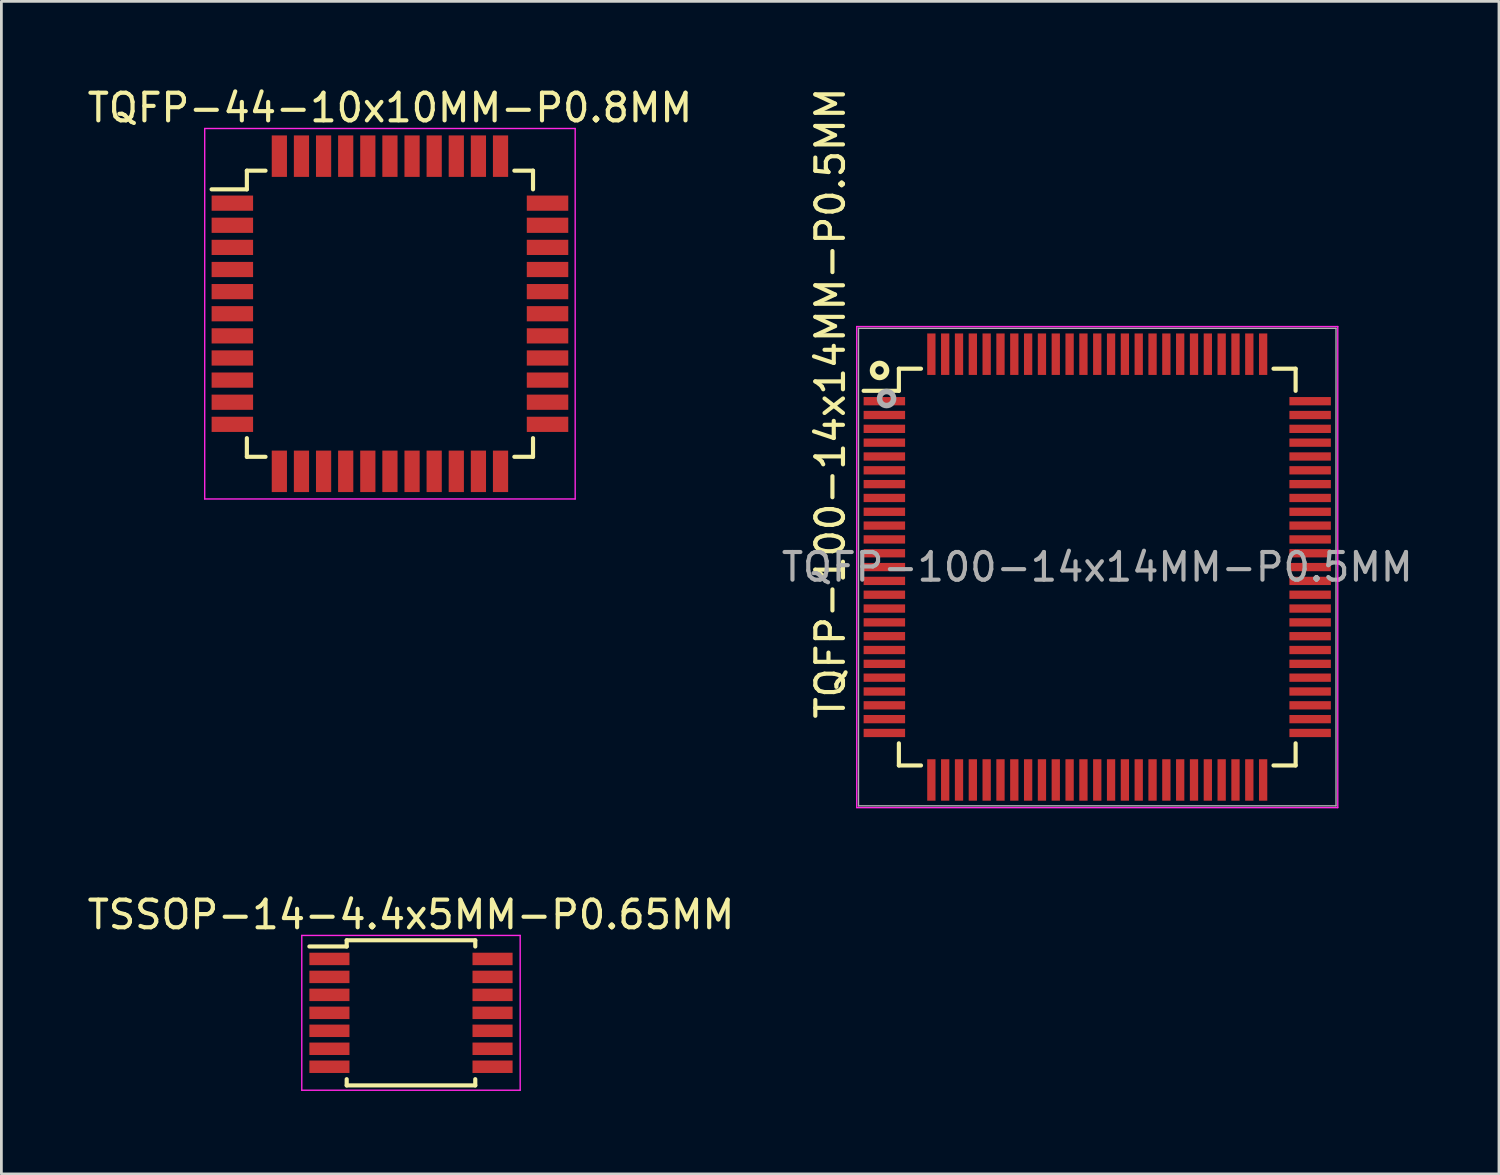
<source format=kicad_pcb>
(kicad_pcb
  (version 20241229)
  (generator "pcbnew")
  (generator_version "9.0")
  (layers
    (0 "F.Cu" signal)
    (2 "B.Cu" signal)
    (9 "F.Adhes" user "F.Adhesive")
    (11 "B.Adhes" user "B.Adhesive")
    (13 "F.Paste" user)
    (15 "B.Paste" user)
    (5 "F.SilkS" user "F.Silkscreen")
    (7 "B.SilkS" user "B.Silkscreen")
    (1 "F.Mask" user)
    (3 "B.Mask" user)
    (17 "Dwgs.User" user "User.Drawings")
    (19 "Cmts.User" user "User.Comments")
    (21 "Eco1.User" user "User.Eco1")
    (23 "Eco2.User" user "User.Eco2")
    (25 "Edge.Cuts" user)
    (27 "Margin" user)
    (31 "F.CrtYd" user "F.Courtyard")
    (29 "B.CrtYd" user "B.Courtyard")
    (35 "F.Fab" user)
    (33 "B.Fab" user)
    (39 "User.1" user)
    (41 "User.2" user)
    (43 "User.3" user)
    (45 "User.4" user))
  (footprint "TQFP-100-14x14MM-P0.5MM"
    (layer "F.Cu")
    (at 36.637 17.461)
    (property "Reference" "TQFP-100-14x14MM-P0.5MM" (at 0 0 180) (layer "F.Fab") (effects (font (size 1 1) (thickness 0.15))))
    (attr smd)
    (fp_line (start -7.175 -7.175) (end -7.175 -6.375) (stroke (width 0.15) (type solid)) (layer "F.SilkS"))
    (fp_line (start -7.175 -7.175) (end -6.375 -7.175) (stroke (width 0.15) (type solid)) (layer "F.SilkS"))
    (fp_line (start -7.175 -6.375) (end -8.45 -6.375) (stroke (width 0.15) (type solid)) (layer "F.SilkS"))
    (fp_line (start -7.175 7.175) (end -7.175 6.375) (stroke (width 0.15) (type solid)) (layer "F.SilkS"))
    (fp_line (start -7.175 7.175) (end -6.375 7.175) (stroke (width 0.15) (type solid)) (layer "F.SilkS"))
    (fp_line (start 7.175 -7.175) (end 6.375 -7.175) (stroke (width 0.15) (type solid)) (layer "F.SilkS"))
    (fp_line (start 7.175 -7.175) (end 7.175 -6.375) (stroke (width 0.15) (type solid)) (layer "F.SilkS"))
    (fp_line (start 7.175 7.175) (end 6.375 7.175) (stroke (width 0.15) (type solid)) (layer "F.SilkS"))
    (fp_line (start 7.175 7.175) (end 7.175 6.375) (stroke (width 0.15) (type solid)) (layer "F.SilkS"))
    (fp_circle (center -7.874 -7.112) (end -7.874 -6.858) (stroke (width 0.2) (type solid)) (fill no) (layer "F.SilkS"))
    (fp_line (start -8.7 -8.7) (end -8.7 8.7) (stroke (width 0.05) (type solid)) (layer "F.CrtYd"))
    (fp_line (start -8.7 -8.7) (end 8.7 -8.7) (stroke (width 0.05) (type solid)) (layer "F.CrtYd"))
    (fp_line (start -8.7 8.7) (end 8.7 8.7) (stroke (width 0.05) (type solid)) (layer "F.CrtYd"))
    (fp_line (start 8.7 -8.7) (end 8.7 8.7) (stroke (width 0.05) (type solid)) (layer "F.CrtYd"))
    (fp_line (start -8.636 -8.636) (end -8.636 8.636) (stroke (width 0.05) (type solid)) (layer "F.Fab"))
    (fp_line (start -8.636 8.636) (end 8.636 8.636) (stroke (width 0.05) (type solid)) (layer "F.Fab"))
    (fp_line (start 8.636 -8.636) (end -8.636 -8.636) (stroke (width 0.05) (type solid)) (layer "F.Fab"))
    (fp_line (start 8.636 8.636) (end 8.636 -8.636) (stroke (width 0.05) (type solid)) (layer "F.Fab"))
    (fp_circle (center -7.62 -6.096) (end -7.62 -5.842) (stroke (width 0.2) (type solid)) (fill no) (layer "F.Fab"))
    (fp_text user "${REFERENCE}" (at -9.652 -5.931 90) (layer "F.SilkS") (effects (font (size 1 1) (thickness 0.15))))
    (pad "1" smd rect (at -7.7 -6) (size 1.5 0.3) (layers "F.Cu" "F.Mask" "F.Paste"))
    (pad "2" smd rect (at -7.7 -5.5) (size 1.5 0.3) (layers "F.Cu" "F.Mask" "F.Paste"))
    (pad "3" smd rect (at -7.7 -5) (size 1.5 0.3) (layers "F.Cu" "F.Mask" "F.Paste"))
    (pad "4" smd rect (at -7.7 -4.5) (size 1.5 0.3) (layers "F.Cu" "F.Mask" "F.Paste"))
    (pad "5" smd rect (at -7.7 -4) (size 1.5 0.3) (layers "F.Cu" "F.Mask" "F.Paste"))
    (pad "6" smd rect (at -7.7 -3.5) (size 1.5 0.3) (layers "F.Cu" "F.Mask" "F.Paste"))
    (pad "7" smd rect (at -7.7 -3) (size 1.5 0.3) (layers "F.Cu" "F.Mask" "F.Paste"))
    (pad "8" smd rect (at -7.7 -2.5) (size 1.5 0.3) (layers "F.Cu" "F.Mask" "F.Paste"))
    (pad "9" smd rect (at -7.7 -2) (size 1.5 0.3) (layers "F.Cu" "F.Mask" "F.Paste"))
    (pad "10" smd rect (at -7.7 -1.5) (size 1.5 0.3) (layers "F.Cu" "F.Mask" "F.Paste"))
    (pad "11" smd rect (at -7.7 -1) (size 1.5 0.3) (layers "F.Cu" "F.Mask" "F.Paste"))
    (pad "12" smd rect (at -7.7 -0.5) (size 1.5 0.3) (layers "F.Cu" "F.Mask" "F.Paste"))
    (pad "13" smd rect (at -7.7 0) (size 1.5 0.3) (layers "F.Cu" "F.Mask" "F.Paste"))
    (pad "14" smd rect (at -7.7 0.5) (size 1.5 0.3) (layers "F.Cu" "F.Mask" "F.Paste"))
    (pad "15" smd rect (at -7.7 1) (size 1.5 0.3) (layers "F.Cu" "F.Mask" "F.Paste"))
    (pad "16" smd rect (at -7.7 1.5) (size 1.5 0.3) (layers "F.Cu" "F.Mask" "F.Paste"))
    (pad "17" smd rect (at -7.7 2) (size 1.5 0.3) (layers "F.Cu" "F.Mask" "F.Paste"))
    (pad "18" smd rect (at -7.7 2.5) (size 1.5 0.3) (layers "F.Cu" "F.Mask" "F.Paste"))
    (pad "19" smd rect (at -7.7 3) (size 1.5 0.3) (layers "F.Cu" "F.Mask" "F.Paste"))
    (pad "20" smd rect (at -7.7 3.5) (size 1.5 0.3) (layers "F.Cu" "F.Mask" "F.Paste"))
    (pad "21" smd rect (at -7.7 4) (size 1.5 0.3) (layers "F.Cu" "F.Mask" "F.Paste"))
    (pad "22" smd rect (at -7.7 4.5) (size 1.5 0.3) (layers "F.Cu" "F.Mask" "F.Paste"))
    (pad "23" smd rect (at -7.7 5) (size 1.5 0.3) (layers "F.Cu" "F.Mask" "F.Paste"))
    (pad "24" smd rect (at -7.7 5.5) (size 1.5 0.3) (layers "F.Cu" "F.Mask" "F.Paste"))
    (pad "25" smd rect (at -7.7 6) (size 1.5 0.3) (layers "F.Cu" "F.Mask" "F.Paste"))
    (pad "26" smd rect (at -6 7.7 90) (size 1.5 0.3) (layers "F.Cu" "F.Mask" "F.Paste"))
    (pad "27" smd rect (at -5.5 7.7 90) (size 1.5 0.3) (layers "F.Cu" "F.Mask" "F.Paste"))
    (pad "28" smd rect (at -5 7.7 90) (size 1.5 0.3) (layers "F.Cu" "F.Mask" "F.Paste"))
    (pad "29" smd rect (at -4.5 7.7 90) (size 1.5 0.3) (layers "F.Cu" "F.Mask" "F.Paste"))
    (pad "30" smd rect (at -4 7.7 90) (size 1.5 0.3) (layers "F.Cu" "F.Mask" "F.Paste"))
    (pad "31" smd rect (at -3.5 7.7 90) (size 1.5 0.3) (layers "F.Cu" "F.Mask" "F.Paste"))
    (pad "32" smd rect (at -3 7.7 90) (size 1.5 0.3) (layers "F.Cu" "F.Mask" "F.Paste"))
    (pad "33" smd rect (at -2.5 7.7 90) (size 1.5 0.3) (layers "F.Cu" "F.Mask" "F.Paste"))
    (pad "34" smd rect (at -2 7.7 90) (size 1.5 0.3) (layers "F.Cu" "F.Mask" "F.Paste"))
    (pad "35" smd rect (at -1.5 7.7 90) (size 1.5 0.3) (layers "F.Cu" "F.Mask" "F.Paste"))
    (pad "36" smd rect (at -1 7.7 90) (size 1.5 0.3) (layers "F.Cu" "F.Mask" "F.Paste"))
    (pad "37" smd rect (at -0.5 7.7 90) (size 1.5 0.3) (layers "F.Cu" "F.Mask" "F.Paste"))
    (pad "38" smd rect (at 0 7.7 90) (size 1.5 0.3) (layers "F.Cu" "F.Mask" "F.Paste"))
    (pad "39" smd rect (at 0.5 7.7 90) (size 1.5 0.3) (layers "F.Cu" "F.Mask" "F.Paste"))
    (pad "40" smd rect (at 1 7.7 90) (size 1.5 0.3) (layers "F.Cu" "F.Mask" "F.Paste"))
    (pad "41" smd rect (at 1.5 7.7 90) (size 1.5 0.3) (layers "F.Cu" "F.Mask" "F.Paste"))
    (pad "42" smd rect (at 2 7.7 90) (size 1.5 0.3) (layers "F.Cu" "F.Mask" "F.Paste"))
    (pad "43" smd rect (at 2.5 7.7 90) (size 1.5 0.3) (layers "F.Cu" "F.Mask" "F.Paste"))
    (pad "44" smd rect (at 3 7.7 90) (size 1.5 0.3) (layers "F.Cu" "F.Mask" "F.Paste"))
    (pad "45" smd rect (at 3.5 7.7 90) (size 1.5 0.3) (layers "F.Cu" "F.Mask" "F.Paste"))
    (pad "46" smd rect (at 4 7.7 90) (size 1.5 0.3) (layers "F.Cu" "F.Mask" "F.Paste"))
    (pad "47" smd rect (at 4.5 7.7 90) (size 1.5 0.3) (layers "F.Cu" "F.Mask" "F.Paste"))
    (pad "48" smd rect (at 5 7.7 90) (size 1.5 0.3) (layers "F.Cu" "F.Mask" "F.Paste"))
    (pad "49" smd rect (at 5.5 7.7 90) (size 1.5 0.3) (layers "F.Cu" "F.Mask" "F.Paste"))
    (pad "50" smd rect (at 6 7.7 90) (size 1.5 0.3) (layers "F.Cu" "F.Mask" "F.Paste"))
    (pad "51" smd rect (at 7.7 6) (size 1.5 0.3) (layers "F.Cu" "F.Mask" "F.Paste"))
    (pad "52" smd rect (at 7.7 5.5) (size 1.5 0.3) (layers "F.Cu" "F.Mask" "F.Paste"))
    (pad "53" smd rect (at 7.7 5) (size 1.5 0.3) (layers "F.Cu" "F.Mask" "F.Paste"))
    (pad "54" smd rect (at 7.7 4.5) (size 1.5 0.3) (layers "F.Cu" "F.Mask" "F.Paste"))
    (pad "55" smd rect (at 7.7 4) (size 1.5 0.3) (layers "F.Cu" "F.Mask" "F.Paste"))
    (pad "56" smd rect (at 7.7 3.5) (size 1.5 0.3) (layers "F.Cu" "F.Mask" "F.Paste"))
    (pad "57" smd rect (at 7.7 3) (size 1.5 0.3) (layers "F.Cu" "F.Mask" "F.Paste"))
    (pad "58" smd rect (at 7.7 2.5) (size 1.5 0.3) (layers "F.Cu" "F.Mask" "F.Paste"))
    (pad "59" smd rect (at 7.7 2) (size 1.5 0.3) (layers "F.Cu" "F.Mask" "F.Paste"))
    (pad "60" smd rect (at 7.7 1.5) (size 1.5 0.3) (layers "F.Cu" "F.Mask" "F.Paste"))
    (pad "61" smd rect (at 7.7 1) (size 1.5 0.3) (layers "F.Cu" "F.Mask" "F.Paste"))
    (pad "62" smd rect (at 7.7 0.5) (size 1.5 0.3) (layers "F.Cu" "F.Mask" "F.Paste"))
    (pad "63" smd rect (at 7.7 0) (size 1.5 0.3) (layers "F.Cu" "F.Mask" "F.Paste"))
    (pad "64" smd rect (at 7.7 -0.5) (size 1.5 0.3) (layers "F.Cu" "F.Mask" "F.Paste"))
    (pad "65" smd rect (at 7.7 -1) (size 1.5 0.3) (layers "F.Cu" "F.Mask" "F.Paste"))
    (pad "66" smd rect (at 7.7 -1.5) (size 1.5 0.3) (layers "F.Cu" "F.Mask" "F.Paste"))
    (pad "67" smd rect (at 7.7 -2) (size 1.5 0.3) (layers "F.Cu" "F.Mask" "F.Paste"))
    (pad "68" smd rect (at 7.7 -2.5) (size 1.5 0.3) (layers "F.Cu" "F.Mask" "F.Paste"))
    (pad "69" smd rect (at 7.7 -3) (size 1.5 0.3) (layers "F.Cu" "F.Mask" "F.Paste"))
    (pad "70" smd rect (at 7.7 -3.5) (size 1.5 0.3) (layers "F.Cu" "F.Mask" "F.Paste"))
    (pad "71" smd rect (at 7.7 -4) (size 1.5 0.3) (layers "F.Cu" "F.Mask" "F.Paste"))
    (pad "72" smd rect (at 7.7 -4.5) (size 1.5 0.3) (layers "F.Cu" "F.Mask" "F.Paste"))
    (pad "73" smd rect (at 7.7 -5) (size 1.5 0.3) (layers "F.Cu" "F.Mask" "F.Paste"))
    (pad "74" smd rect (at 7.7 -5.5) (size 1.5 0.3) (layers "F.Cu" "F.Mask" "F.Paste"))
    (pad "75" smd rect (at 7.7 -6) (size 1.5 0.3) (layers "F.Cu" "F.Mask" "F.Paste"))
    (pad "76" smd rect (at 6 -7.7 90) (size 1.5 0.3) (layers "F.Cu" "F.Mask" "F.Paste"))
    (pad "77" smd rect (at 5.5 -7.7 90) (size 1.5 0.3) (layers "F.Cu" "F.Mask" "F.Paste"))
    (pad "78" smd rect (at 5 -7.7 90) (size 1.5 0.3) (layers "F.Cu" "F.Mask" "F.Paste"))
    (pad "79" smd rect (at 4.5 -7.7 90) (size 1.5 0.3) (layers "F.Cu" "F.Mask" "F.Paste"))
    (pad "80" smd rect (at 4 -7.7 90) (size 1.5 0.3) (layers "F.Cu" "F.Mask" "F.Paste"))
    (pad "81" smd rect (at 3.5 -7.7 90) (size 1.5 0.3) (layers "F.Cu" "F.Mask" "F.Paste"))
    (pad "82" smd rect (at 3 -7.7 90) (size 1.5 0.3) (layers "F.Cu" "F.Mask" "F.Paste"))
    (pad "83" smd rect (at 2.5 -7.7 90) (size 1.5 0.3) (layers "F.Cu" "F.Mask" "F.Paste"))
    (pad "84" smd rect (at 2 -7.7 90) (size 1.5 0.3) (layers "F.Cu" "F.Mask" "F.Paste"))
    (pad "85" smd rect (at 1.5 -7.7 90) (size 1.5 0.3) (layers "F.Cu" "F.Mask" "F.Paste"))
    (pad "86" smd rect (at 1 -7.7 90) (size 1.5 0.3) (layers "F.Cu" "F.Mask" "F.Paste"))
    (pad "87" smd rect (at 0.5 -7.7 90) (size 1.5 0.3) (layers "F.Cu" "F.Mask" "F.Paste"))
    (pad "88" smd rect (at 0 -7.7 90) (size 1.5 0.3) (layers "F.Cu" "F.Mask" "F.Paste"))
    (pad "89" smd rect (at -0.5 -7.7 90) (size 1.5 0.3) (layers "F.Cu" "F.Mask" "F.Paste"))
    (pad "90" smd rect (at -1 -7.7 90) (size 1.5 0.3) (layers "F.Cu" "F.Mask" "F.Paste"))
    (pad "91" smd rect (at -1.5 -7.7 90) (size 1.5 0.3) (layers "F.Cu" "F.Mask" "F.Paste"))
    (pad "92" smd rect (at -2 -7.7 90) (size 1.5 0.3) (layers "F.Cu" "F.Mask" "F.Paste"))
    (pad "93" smd rect (at -2.5 -7.7 90) (size 1.5 0.3) (layers "F.Cu" "F.Mask" "F.Paste"))
    (pad "94" smd rect (at -3 -7.7 90) (size 1.5 0.3) (layers "F.Cu" "F.Mask" "F.Paste"))
    (pad "95" smd rect (at -3.5 -7.7 90) (size 1.5 0.3) (layers "F.Cu" "F.Mask" "F.Paste"))
    (pad "96" smd rect (at -4 -7.7 90) (size 1.5 0.3) (layers "F.Cu" "F.Mask" "F.Paste"))
    (pad "97" smd rect (at -4.5 -7.7 90) (size 1.5 0.3) (layers "F.Cu" "F.Mask" "F.Paste"))
    (pad "98" smd rect (at -5 -7.7 90) (size 1.5 0.3) (layers "F.Cu" "F.Mask" "F.Paste"))
    (pad "99" smd rect (at -5.5 -7.7 90) (size 1.5 0.3) (layers "F.Cu" "F.Mask" "F.Paste"))
    (pad "100" smd rect (at -6 -7.7 90) (size 1.5 0.3) (layers "F.Cu" "F.Mask" "F.Paste")))
  (footprint "TSSOP-14-4.4x5MM-P0.65MM"
    (layer "F.Cu")
    (at 11.815 33.584)
    (property "Reference" "TSSOP-14-4.4x5MM-P0.65MM" (at 0 -3.55 0) (layer "F.SilkS") (effects (font (size 1 1) (thickness 0.15))))
    (attr smd)
    (fp_line (start -2.325 -2.625) (end -2.325 -2.4) (stroke (width 0.15) (type solid)) (layer "F.SilkS"))
    (fp_line (start -2.325 -2.625) (end 2.325 -2.625) (stroke (width 0.15) (type solid)) (layer "F.SilkS"))
    (fp_line (start -2.325 -2.4) (end -3.675 -2.4) (stroke (width 0.15) (type solid)) (layer "F.SilkS"))
    (fp_line (start -2.325 2.625) (end -2.325 2.4) (stroke (width 0.15) (type solid)) (layer "F.SilkS"))
    (fp_line (start -2.325 2.625) (end 2.325 2.625) (stroke (width 0.15) (type solid)) (layer "F.SilkS"))
    (fp_line (start 2.325 -2.625) (end 2.325 -2.4) (stroke (width 0.15) (type solid)) (layer "F.SilkS"))
    (fp_line (start 2.325 2.625) (end 2.325 2.4) (stroke (width 0.15) (type solid)) (layer "F.SilkS"))
    (fp_line (start -3.95 -2.8) (end -3.95 2.8) (stroke (width 0.05) (type solid)) (layer "F.CrtYd"))
    (fp_line (start -3.95 -2.8) (end 3.95 -2.8) (stroke (width 0.05) (type solid)) (layer "F.CrtYd"))
    (fp_line (start -3.95 2.8) (end 3.95 2.8) (stroke (width 0.05) (type solid)) (layer "F.CrtYd"))
    (fp_line (start 3.95 -2.8) (end 3.95 2.8) (stroke (width 0.05) (type solid)) (layer "F.CrtYd"))
    (pad "1" smd rect (at -2.95 -1.95) (size 1.45 0.45) (layers "F.Cu" "F.Mask" "F.Paste"))
    (pad "2" smd rect (at -2.95 -1.3) (size 1.45 0.45) (layers "F.Cu" "F.Mask" "F.Paste"))
    (pad "3" smd rect (at -2.95 -0.65) (size 1.45 0.45) (layers "F.Cu" "F.Mask" "F.Paste"))
    (pad "4" smd rect (at -2.95 0) (size 1.45 0.45) (layers "F.Cu" "F.Mask" "F.Paste"))
    (pad "5" smd rect (at -2.95 0.65) (size 1.45 0.45) (layers "F.Cu" "F.Mask" "F.Paste"))
    (pad "6" smd rect (at -2.95 1.3) (size 1.45 0.45) (layers "F.Cu" "F.Mask" "F.Paste"))
    (pad "7" smd rect (at -2.95 1.95) (size 1.45 0.45) (layers "F.Cu" "F.Mask" "F.Paste"))
    (pad "8" smd rect (at 2.95 1.95) (size 1.45 0.45) (layers "F.Cu" "F.Mask" "F.Paste"))
    (pad "9" smd rect (at 2.95 1.3) (size 1.45 0.45) (layers "F.Cu" "F.Mask" "F.Paste"))
    (pad "10" smd rect (at 2.95 0.65) (size 1.45 0.45) (layers "F.Cu" "F.Mask" "F.Paste"))
    (pad "11" smd rect (at 2.95 0) (size 1.45 0.45) (layers "F.Cu" "F.Mask" "F.Paste"))
    (pad "12" smd rect (at 2.95 -0.65) (size 1.45 0.45) (layers "F.Cu" "F.Mask" "F.Paste"))
    (pad "13" smd rect (at 2.95 -1.3) (size 1.45 0.45) (layers "F.Cu" "F.Mask" "F.Paste"))
    (pad "14" smd rect (at 2.95 -1.95) (size 1.45 0.45) (layers "F.Cu" "F.Mask" "F.Paste")))
  (footprint "TQFP-44-10x10MM-P0.8MM"
    (layer "F.Cu")
    (at 11.054 8.298)
    (property "Reference" "TQFP-44-10x10MM-P0.8MM" (at 0 -7.45 0) (layer "F.SilkS") (effects (font (size 1 1) (thickness 0.15))))
    (attr smd)
    (fp_line (start -5.175 -5.175) (end -5.175 -4.5) (stroke (width 0.15) (type solid)) (layer "F.SilkS"))
    (fp_line (start -5.175 -5.175) (end -4.5 -5.175) (stroke (width 0.15) (type solid)) (layer "F.SilkS"))
    (fp_line (start -5.175 -4.5) (end -6.45 -4.5) (stroke (width 0.15) (type solid)) (layer "F.SilkS"))
    (fp_line (start -5.175 5.175) (end -5.175 4.5) (stroke (width 0.15) (type solid)) (layer "F.SilkS"))
    (fp_line (start -5.175 5.175) (end -4.5 5.175) (stroke (width 0.15) (type solid)) (layer "F.SilkS"))
    (fp_line (start 5.175 -5.175) (end 4.5 -5.175) (stroke (width 0.15) (type solid)) (layer "F.SilkS"))
    (fp_line (start 5.175 -5.175) (end 5.175 -4.5) (stroke (width 0.15) (type solid)) (layer "F.SilkS"))
    (fp_line (start 5.175 5.175) (end 4.5 5.175) (stroke (width 0.15) (type solid)) (layer "F.SilkS"))
    (fp_line (start 5.175 5.175) (end 5.175 4.5) (stroke (width 0.15) (type solid)) (layer "F.SilkS"))
    (fp_line (start -6.7 -6.7) (end -6.7 6.7) (stroke (width 0.05) (type solid)) (layer "F.CrtYd"))
    (fp_line (start -6.7 -6.7) (end 6.7 -6.7) (stroke (width 0.05) (type solid)) (layer "F.CrtYd"))
    (fp_line (start -6.7 6.7) (end 6.7 6.7) (stroke (width 0.05) (type solid)) (layer "F.CrtYd"))
    (fp_line (start 6.7 -6.7) (end 6.7 6.7) (stroke (width 0.05) (type solid)) (layer "F.CrtYd"))
    (pad "1" smd rect (at -5.7 -4) (size 1.5 0.55) (layers "F.Cu" "F.Mask" "F.Paste"))
    (pad "2" smd rect (at -5.7 -3.2) (size 1.5 0.55) (layers "F.Cu" "F.Mask" "F.Paste"))
    (pad "3" smd rect (at -5.7 -2.4) (size 1.5 0.55) (layers "F.Cu" "F.Mask" "F.Paste"))
    (pad "4" smd rect (at -5.7 -1.6) (size 1.5 0.55) (layers "F.Cu" "F.Mask" "F.Paste"))
    (pad "5" smd rect (at -5.7 -0.8) (size 1.5 0.55) (layers "F.Cu" "F.Mask" "F.Paste"))
    (pad "6" smd rect (at -5.7 0) (size 1.5 0.55) (layers "F.Cu" "F.Mask" "F.Paste"))
    (pad "7" smd rect (at -5.7 0.8) (size 1.5 0.55) (layers "F.Cu" "F.Mask" "F.Paste"))
    (pad "8" smd rect (at -5.7 1.6) (size 1.5 0.55) (layers "F.Cu" "F.Mask" "F.Paste"))
    (pad "9" smd rect (at -5.7 2.4) (size 1.5 0.55) (layers "F.Cu" "F.Mask" "F.Paste"))
    (pad "10" smd rect (at -5.7 3.2) (size 1.5 0.55) (layers "F.Cu" "F.Mask" "F.Paste"))
    (pad "11" smd rect (at -5.7 4) (size 1.5 0.55) (layers "F.Cu" "F.Mask" "F.Paste"))
    (pad "12" smd rect (at -4 5.7 90) (size 1.5 0.55) (layers "F.Cu" "F.Mask" "F.Paste"))
    (pad "13" smd rect (at -3.2 5.7 90) (size 1.5 0.55) (layers "F.Cu" "F.Mask" "F.Paste"))
    (pad "14" smd rect (at -2.4 5.7 90) (size 1.5 0.55) (layers "F.Cu" "F.Mask" "F.Paste"))
    (pad "15" smd rect (at -1.6 5.7 90) (size 1.5 0.55) (layers "F.Cu" "F.Mask" "F.Paste"))
    (pad "16" smd rect (at -0.8 5.7 90) (size 1.5 0.55) (layers "F.Cu" "F.Mask" "F.Paste"))
    (pad "17" smd rect (at 0 5.7 90) (size 1.5 0.55) (layers "F.Cu" "F.Mask" "F.Paste"))
    (pad "18" smd rect (at 0.8 5.7 90) (size 1.5 0.55) (layers "F.Cu" "F.Mask" "F.Paste"))
    (pad "19" smd rect (at 1.6 5.7 90) (size 1.5 0.55) (layers "F.Cu" "F.Mask" "F.Paste"))
    (pad "20" smd rect (at 2.4 5.7 90) (size 1.5 0.55) (layers "F.Cu" "F.Mask" "F.Paste"))
    (pad "21" smd rect (at 3.2 5.7 90) (size 1.5 0.55) (layers "F.Cu" "F.Mask" "F.Paste"))
    (pad "22" smd rect (at 4 5.7 90) (size 1.5 0.55) (layers "F.Cu" "F.Mask" "F.Paste"))
    (pad "23" smd rect (at 5.7 4) (size 1.5 0.55) (layers "F.Cu" "F.Mask" "F.Paste"))
    (pad "24" smd rect (at 5.7 3.2) (size 1.5 0.55) (layers "F.Cu" "F.Mask" "F.Paste"))
    (pad "25" smd rect (at 5.7 2.4) (size 1.5 0.55) (layers "F.Cu" "F.Mask" "F.Paste"))
    (pad "26" smd rect (at 5.7 1.6) (size 1.5 0.55) (layers "F.Cu" "F.Mask" "F.Paste"))
    (pad "27" smd rect (at 5.7 0.8) (size 1.5 0.55) (layers "F.Cu" "F.Mask" "F.Paste"))
    (pad "28" smd rect (at 5.7 0) (size 1.5 0.55) (layers "F.Cu" "F.Mask" "F.Paste"))
    (pad "29" smd rect (at 5.7 -0.8) (size 1.5 0.55) (layers "F.Cu" "F.Mask" "F.Paste"))
    (pad "30" smd rect (at 5.7 -1.6) (size 1.5 0.55) (layers "F.Cu" "F.Mask" "F.Paste"))
    (pad "31" smd rect (at 5.7 -2.4) (size 1.5 0.55) (layers "F.Cu" "F.Mask" "F.Paste"))
    (pad "32" smd rect (at 5.7 -3.2) (size 1.5 0.55) (layers "F.Cu" "F.Mask" "F.Paste"))
    (pad "33" smd rect (at 5.7 -4) (size 1.5 0.55) (layers "F.Cu" "F.Mask" "F.Paste"))
    (pad "34" smd rect (at 4 -5.7 90) (size 1.5 0.55) (layers "F.Cu" "F.Mask" "F.Paste"))
    (pad "35" smd rect (at 3.2 -5.7 90) (size 1.5 0.55) (layers "F.Cu" "F.Mask" "F.Paste"))
    (pad "36" smd rect (at 2.4 -5.7 90) (size 1.5 0.55) (layers "F.Cu" "F.Mask" "F.Paste"))
    (pad "37" smd rect (at 1.6 -5.7 90) (size 1.5 0.55) (layers "F.Cu" "F.Mask" "F.Paste"))
    (pad "38" smd rect (at 0.8 -5.7 90) (size 1.5 0.55) (layers "F.Cu" "F.Mask" "F.Paste"))
    (pad "39" smd rect (at 0 -5.7 90) (size 1.5 0.55) (layers "F.Cu" "F.Mask" "F.Paste"))
    (pad "40" smd rect (at -0.8 -5.7 90) (size 1.5 0.55) (layers "F.Cu" "F.Mask" "F.Paste"))
    (pad "41" smd rect (at -1.6 -5.7 90) (size 1.5 0.55) (layers "F.Cu" "F.Mask" "F.Paste"))
    (pad "42" smd rect (at -2.4 -5.7 90) (size 1.5 0.55) (layers "F.Cu" "F.Mask" "F.Paste"))
    (pad "43" smd rect (at -3.2 -5.7 90) (size 1.5 0.55) (layers "F.Cu" "F.Mask" "F.Paste"))
    (pad "44" smd rect (at -4 -5.7 90) (size 1.5 0.55) (layers "F.Cu" "F.Mask" "F.Paste")))
  (gr_rect
    (start -3 -3)
    (end 51.167 39.409)
    (stroke (width 0.1) (type default))
    (fill no)
    (layer "Edge.Cuts")))
</source>
